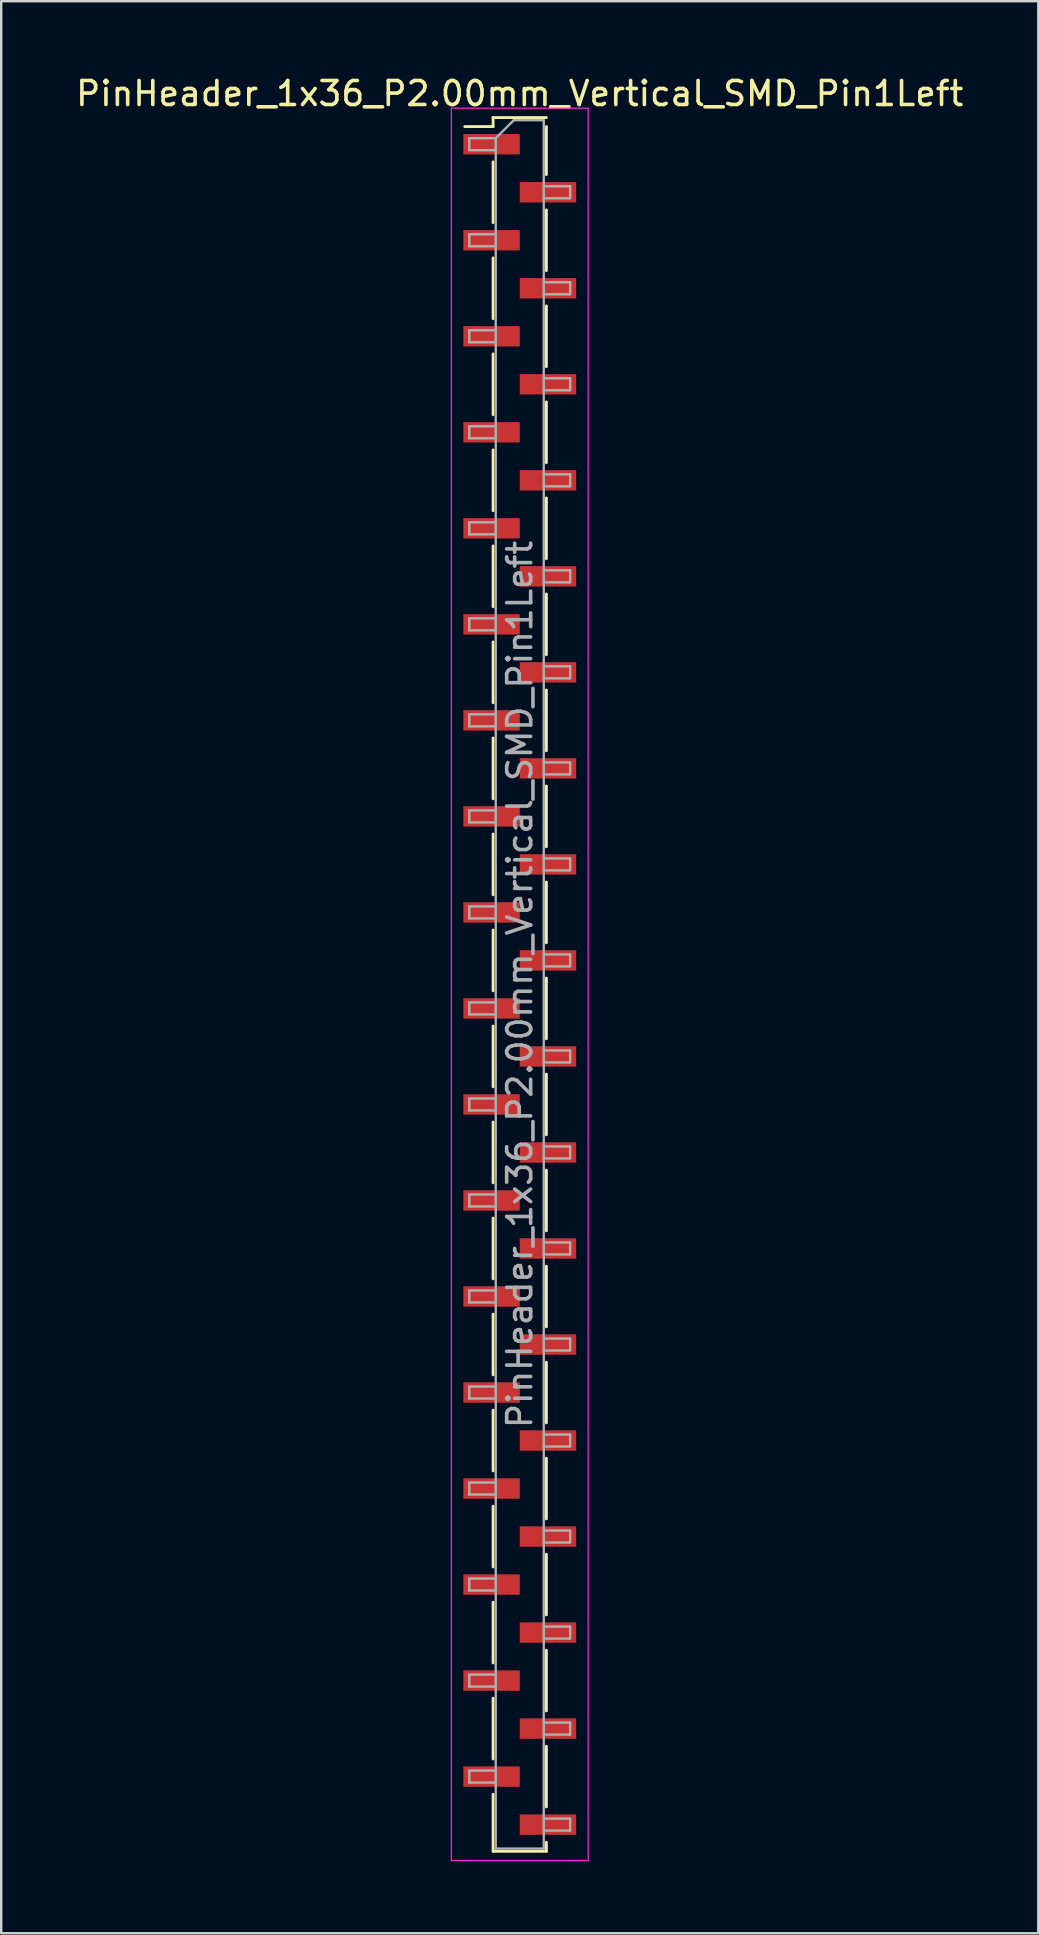
<source format=kicad_pcb>
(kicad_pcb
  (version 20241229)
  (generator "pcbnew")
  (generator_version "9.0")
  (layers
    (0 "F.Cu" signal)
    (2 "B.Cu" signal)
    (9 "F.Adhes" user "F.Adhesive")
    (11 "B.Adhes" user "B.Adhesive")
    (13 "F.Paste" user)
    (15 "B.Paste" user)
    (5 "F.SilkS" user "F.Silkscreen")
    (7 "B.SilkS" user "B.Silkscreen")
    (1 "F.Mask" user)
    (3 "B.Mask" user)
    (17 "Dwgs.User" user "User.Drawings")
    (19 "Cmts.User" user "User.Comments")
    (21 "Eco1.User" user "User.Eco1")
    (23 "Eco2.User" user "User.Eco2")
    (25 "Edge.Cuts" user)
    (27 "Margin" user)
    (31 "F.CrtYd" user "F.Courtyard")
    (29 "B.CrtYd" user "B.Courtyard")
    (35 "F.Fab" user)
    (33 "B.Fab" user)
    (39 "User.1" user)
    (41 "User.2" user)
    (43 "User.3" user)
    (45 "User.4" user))
  (footprint "PinHeader_1x36_P2.00mm_Vertical_SMD_Pin1Left"
    (layer "F.Cu")
    (at 18.601 37.958)
    (property "Reference" "PinHeader_1x36_P2.00mm_Vertical_SMD_Pin1Left" (at 0 -37.11 0) (layer "F.SilkS") (effects (font (size 1 1) (thickness 0.15))))
    (attr smd)
    (fp_line (start -1.11 -36.11) (end -1.11 -35.735) (stroke (width 0.12) (type solid)) (layer "F.SilkS"))
    (fp_line (start -1.11 -36.11) (end 1.11 -36.11) (stroke (width 0.12) (type solid)) (layer "F.SilkS"))
    (fp_line (start -1.11 -35.735) (end -2.29 -35.735) (stroke (width 0.12) (type solid)) (layer "F.SilkS"))
    (fp_line (start -1.11 -34.265) (end -1.11 -31.735) (stroke (width 0.12) (type solid)) (layer "F.SilkS"))
    (fp_line (start -1.11 -30.265) (end -1.11 -27.735) (stroke (width 0.12) (type solid)) (layer "F.SilkS"))
    (fp_line (start -1.11 -26.265) (end -1.11 -23.735) (stroke (width 0.12) (type solid)) (layer "F.SilkS"))
    (fp_line (start -1.11 -22.265) (end -1.11 -19.735) (stroke (width 0.12) (type solid)) (layer "F.SilkS"))
    (fp_line (start -1.11 -18.265) (end -1.11 -15.735) (stroke (width 0.12) (type solid)) (layer "F.SilkS"))
    (fp_line (start -1.11 -14.265) (end -1.11 -11.735) (stroke (width 0.12) (type solid)) (layer "F.SilkS"))
    (fp_line (start -1.11 -10.265) (end -1.11 -7.735) (stroke (width 0.12) (type solid)) (layer "F.SilkS"))
    (fp_line (start -1.11 -6.265) (end -1.11 -3.735) (stroke (width 0.12) (type solid)) (layer "F.SilkS"))
    (fp_line (start -1.11 -2.265) (end -1.11 0.265) (stroke (width 0.12) (type solid)) (layer "F.SilkS"))
    (fp_line (start -1.11 1.735) (end -1.11 4.265) (stroke (width 0.12) (type solid)) (layer "F.SilkS"))
    (fp_line (start -1.11 5.735) (end -1.11 8.265) (stroke (width 0.12) (type solid)) (layer "F.SilkS"))
    (fp_line (start -1.11 9.735) (end -1.11 12.265) (stroke (width 0.12) (type solid)) (layer "F.SilkS"))
    (fp_line (start -1.11 13.735) (end -1.11 16.265) (stroke (width 0.12) (type solid)) (layer "F.SilkS"))
    (fp_line (start -1.11 17.735) (end -1.11 20.265) (stroke (width 0.12) (type solid)) (layer "F.SilkS"))
    (fp_line (start -1.11 21.735) (end -1.11 24.265) (stroke (width 0.12) (type solid)) (layer "F.SilkS"))
    (fp_line (start -1.11 25.735) (end -1.11 28.265) (stroke (width 0.12) (type solid)) (layer "F.SilkS"))
    (fp_line (start -1.11 29.735) (end -1.11 32.265) (stroke (width 0.12) (type solid)) (layer "F.SilkS"))
    (fp_line (start -1.11 33.735) (end -1.11 36.11) (stroke (width 0.12) (type solid)) (layer "F.SilkS"))
    (fp_line (start -1.11 36.11) (end 1.11 36.11) (stroke (width 0.12) (type solid)) (layer "F.SilkS"))
    (fp_line (start 1.11 -35.735) (end 1.11 -33.735) (stroke (width 0.12) (type solid)) (layer "F.SilkS"))
    (fp_line (start 1.11 -32.265) (end 1.11 -29.735) (stroke (width 0.12) (type solid)) (layer "F.SilkS"))
    (fp_line (start 1.11 -28.265) (end 1.11 -25.735) (stroke (width 0.12) (type solid)) (layer "F.SilkS"))
    (fp_line (start 1.11 -24.265) (end 1.11 -21.735) (stroke (width 0.12) (type solid)) (layer "F.SilkS"))
    (fp_line (start 1.11 -20.265) (end 1.11 -17.735) (stroke (width 0.12) (type solid)) (layer "F.SilkS"))
    (fp_line (start 1.11 -16.265) (end 1.11 -13.735) (stroke (width 0.12) (type solid)) (layer "F.SilkS"))
    (fp_line (start 1.11 -12.265) (end 1.11 -9.735) (stroke (width 0.12) (type solid)) (layer "F.SilkS"))
    (fp_line (start 1.11 -8.265) (end 1.11 -5.735) (stroke (width 0.12) (type solid)) (layer "F.SilkS"))
    (fp_line (start 1.11 -4.265) (end 1.11 -1.735) (stroke (width 0.12) (type solid)) (layer "F.SilkS"))
    (fp_line (start 1.11 -0.265) (end 1.11 2.265) (stroke (width 0.12) (type solid)) (layer "F.SilkS"))
    (fp_line (start 1.11 3.735) (end 1.11 6.265) (stroke (width 0.12) (type solid)) (layer "F.SilkS"))
    (fp_line (start 1.11 7.735) (end 1.11 10.265) (stroke (width 0.12) (type solid)) (layer "F.SilkS"))
    (fp_line (start 1.11 11.735) (end 1.11 14.265) (stroke (width 0.12) (type solid)) (layer "F.SilkS"))
    (fp_line (start 1.11 15.735) (end 1.11 18.265) (stroke (width 0.12) (type solid)) (layer "F.SilkS"))
    (fp_line (start 1.11 19.735) (end 1.11 22.265) (stroke (width 0.12) (type solid)) (layer "F.SilkS"))
    (fp_line (start 1.11 23.735) (end 1.11 26.265) (stroke (width 0.12) (type solid)) (layer "F.SilkS"))
    (fp_line (start 1.11 27.735) (end 1.11 30.265) (stroke (width 0.12) (type solid)) (layer "F.SilkS"))
    (fp_line (start 1.11 31.735) (end 1.11 34.265) (stroke (width 0.12) (type solid)) (layer "F.SilkS"))
    (fp_line (start 1.11 35.735) (end 1.11 36.11) (stroke (width 0.12) (type solid)) (layer "F.SilkS"))
    (fp_line (start -2.85 -36.5) (end -2.85 36.5) (stroke (width 0.05) (type solid)) (layer "F.CrtYd"))
    (fp_line (start -2.85 36.5) (end 2.85 36.5) (stroke (width 0.05) (type solid)) (layer "F.CrtYd"))
    (fp_line (start 2.85 -36.5) (end -2.85 -36.5) (stroke (width 0.05) (type solid)) (layer "F.CrtYd"))
    (fp_line (start 2.85 36.5) (end 2.85 -36.5) (stroke (width 0.05) (type solid)) (layer "F.CrtYd"))
    (fp_line (start -2.1 -35.25) (end -2.1 -34.75) (stroke (width 0.1) (type solid)) (layer "F.Fab"))
    (fp_line (start -2.1 -34.75) (end -1 -34.75) (stroke (width 0.1) (type solid)) (layer "F.Fab"))
    (fp_line (start -2.1 -31.25) (end -2.1 -30.75) (stroke (width 0.1) (type solid)) (layer "F.Fab"))
    (fp_line (start -2.1 -30.75) (end -1 -30.75) (stroke (width 0.1) (type solid)) (layer "F.Fab"))
    (fp_line (start -2.1 -27.25) (end -2.1 -26.75) (stroke (width 0.1) (type solid)) (layer "F.Fab"))
    (fp_line (start -2.1 -26.75) (end -1 -26.75) (stroke (width 0.1) (type solid)) (layer "F.Fab"))
    (fp_line (start -2.1 -23.25) (end -2.1 -22.75) (stroke (width 0.1) (type solid)) (layer "F.Fab"))
    (fp_line (start -2.1 -22.75) (end -1 -22.75) (stroke (width 0.1) (type solid)) (layer "F.Fab"))
    (fp_line (start -2.1 -19.25) (end -2.1 -18.75) (stroke (width 0.1) (type solid)) (layer "F.Fab"))
    (fp_line (start -2.1 -18.75) (end -1 -18.75) (stroke (width 0.1) (type solid)) (layer "F.Fab"))
    (fp_line (start -2.1 -15.25) (end -2.1 -14.75) (stroke (width 0.1) (type solid)) (layer "F.Fab"))
    (fp_line (start -2.1 -14.75) (end -1 -14.75) (stroke (width 0.1) (type solid)) (layer "F.Fab"))
    (fp_line (start -2.1 -11.25) (end -2.1 -10.75) (stroke (width 0.1) (type solid)) (layer "F.Fab"))
    (fp_line (start -2.1 -10.75) (end -1 -10.75) (stroke (width 0.1) (type solid)) (layer "F.Fab"))
    (fp_line (start -2.1 -7.25) (end -2.1 -6.75) (stroke (width 0.1) (type solid)) (layer "F.Fab"))
    (fp_line (start -2.1 -6.75) (end -1 -6.75) (stroke (width 0.1) (type solid)) (layer "F.Fab"))
    (fp_line (start -2.1 -3.25) (end -2.1 -2.75) (stroke (width 0.1) (type solid)) (layer "F.Fab"))
    (fp_line (start -2.1 -2.75) (end -1 -2.75) (stroke (width 0.1) (type solid)) (layer "F.Fab"))
    (fp_line (start -2.1 0.75) (end -2.1 1.25) (stroke (width 0.1) (type solid)) (layer "F.Fab"))
    (fp_line (start -2.1 1.25) (end -1 1.25) (stroke (width 0.1) (type solid)) (layer "F.Fab"))
    (fp_line (start -2.1 4.75) (end -2.1 5.25) (stroke (width 0.1) (type solid)) (layer "F.Fab"))
    (fp_line (start -2.1 5.25) (end -1 5.25) (stroke (width 0.1) (type solid)) (layer "F.Fab"))
    (fp_line (start -2.1 8.75) (end -2.1 9.25) (stroke (width 0.1) (type solid)) (layer "F.Fab"))
    (fp_line (start -2.1 9.25) (end -1 9.25) (stroke (width 0.1) (type solid)) (layer "F.Fab"))
    (fp_line (start -2.1 12.75) (end -2.1 13.25) (stroke (width 0.1) (type solid)) (layer "F.Fab"))
    (fp_line (start -2.1 13.25) (end -1 13.25) (stroke (width 0.1) (type solid)) (layer "F.Fab"))
    (fp_line (start -2.1 16.75) (end -2.1 17.25) (stroke (width 0.1) (type solid)) (layer "F.Fab"))
    (fp_line (start -2.1 17.25) (end -1 17.25) (stroke (width 0.1) (type solid)) (layer "F.Fab"))
    (fp_line (start -2.1 20.75) (end -2.1 21.25) (stroke (width 0.1) (type solid)) (layer "F.Fab"))
    (fp_line (start -2.1 21.25) (end -1 21.25) (stroke (width 0.1) (type solid)) (layer "F.Fab"))
    (fp_line (start -2.1 24.75) (end -2.1 25.25) (stroke (width 0.1) (type solid)) (layer "F.Fab"))
    (fp_line (start -2.1 25.25) (end -1 25.25) (stroke (width 0.1) (type solid)) (layer "F.Fab"))
    (fp_line (start -2.1 28.75) (end -2.1 29.25) (stroke (width 0.1) (type solid)) (layer "F.Fab"))
    (fp_line (start -2.1 29.25) (end -1 29.25) (stroke (width 0.1) (type solid)) (layer "F.Fab"))
    (fp_line (start -2.1 32.75) (end -2.1 33.25) (stroke (width 0.1) (type solid)) (layer "F.Fab"))
    (fp_line (start -2.1 33.25) (end -1 33.25) (stroke (width 0.1) (type solid)) (layer "F.Fab"))
    (fp_line (start -1 -35.25) (end -2.1 -35.25) (stroke (width 0.1) (type solid)) (layer "F.Fab"))
    (fp_line (start -1 -35.25) (end -0.25 -36) (stroke (width 0.1) (type solid)) (layer "F.Fab"))
    (fp_line (start -1 -31.25) (end -2.1 -31.25) (stroke (width 0.1) (type solid)) (layer "F.Fab"))
    (fp_line (start -1 -27.25) (end -2.1 -27.25) (stroke (width 0.1) (type solid)) (layer "F.Fab"))
    (fp_line (start -1 -23.25) (end -2.1 -23.25) (stroke (width 0.1) (type solid)) (layer "F.Fab"))
    (fp_line (start -1 -19.25) (end -2.1 -19.25) (stroke (width 0.1) (type solid)) (layer "F.Fab"))
    (fp_line (start -1 -15.25) (end -2.1 -15.25) (stroke (width 0.1) (type solid)) (layer "F.Fab"))
    (fp_line (start -1 -11.25) (end -2.1 -11.25) (stroke (width 0.1) (type solid)) (layer "F.Fab"))
    (fp_line (start -1 -7.25) (end -2.1 -7.25) (stroke (width 0.1) (type solid)) (layer "F.Fab"))
    (fp_line (start -1 -3.25) (end -2.1 -3.25) (stroke (width 0.1) (type solid)) (layer "F.Fab"))
    (fp_line (start -1 0.75) (end -2.1 0.75) (stroke (width 0.1) (type solid)) (layer "F.Fab"))
    (fp_line (start -1 4.75) (end -2.1 4.75) (stroke (width 0.1) (type solid)) (layer "F.Fab"))
    (fp_line (start -1 8.75) (end -2.1 8.75) (stroke (width 0.1) (type solid)) (layer "F.Fab"))
    (fp_line (start -1 12.75) (end -2.1 12.75) (stroke (width 0.1) (type solid)) (layer "F.Fab"))
    (fp_line (start -1 16.75) (end -2.1 16.75) (stroke (width 0.1) (type solid)) (layer "F.Fab"))
    (fp_line (start -1 20.75) (end -2.1 20.75) (stroke (width 0.1) (type solid)) (layer "F.Fab"))
    (fp_line (start -1 24.75) (end -2.1 24.75) (stroke (width 0.1) (type solid)) (layer "F.Fab"))
    (fp_line (start -1 28.75) (end -2.1 28.75) (stroke (width 0.1) (type solid)) (layer "F.Fab"))
    (fp_line (start -1 32.75) (end -2.1 32.75) (stroke (width 0.1) (type solid)) (layer "F.Fab"))
    (fp_line (start -1 36) (end -1 -35.25) (stroke (width 0.1) (type solid)) (layer "F.Fab"))
    (fp_line (start -0.25 -36) (end 1 -36) (stroke (width 0.1) (type solid)) (layer "F.Fab"))
    (fp_line (start 1 -36) (end 1 36) (stroke (width 0.1) (type solid)) (layer "F.Fab"))
    (fp_line (start 1 -33.25) (end 2.1 -33.25) (stroke (width 0.1) (type solid)) (layer "F.Fab"))
    (fp_line (start 1 -29.25) (end 2.1 -29.25) (stroke (width 0.1) (type solid)) (layer "F.Fab"))
    (fp_line (start 1 -25.25) (end 2.1 -25.25) (stroke (width 0.1) (type solid)) (layer "F.Fab"))
    (fp_line (start 1 -21.25) (end 2.1 -21.25) (stroke (width 0.1) (type solid)) (layer "F.Fab"))
    (fp_line (start 1 -17.25) (end 2.1 -17.25) (stroke (width 0.1) (type solid)) (layer "F.Fab"))
    (fp_line (start 1 -13.25) (end 2.1 -13.25) (stroke (width 0.1) (type solid)) (layer "F.Fab"))
    (fp_line (start 1 -9.25) (end 2.1 -9.25) (stroke (width 0.1) (type solid)) (layer "F.Fab"))
    (fp_line (start 1 -5.25) (end 2.1 -5.25) (stroke (width 0.1) (type solid)) (layer "F.Fab"))
    (fp_line (start 1 -1.25) (end 2.1 -1.25) (stroke (width 0.1) (type solid)) (layer "F.Fab"))
    (fp_line (start 1 2.75) (end 2.1 2.75) (stroke (width 0.1) (type solid)) (layer "F.Fab"))
    (fp_line (start 1 6.75) (end 2.1 6.75) (stroke (width 0.1) (type solid)) (layer "F.Fab"))
    (fp_line (start 1 10.75) (end 2.1 10.75) (stroke (width 0.1) (type solid)) (layer "F.Fab"))
    (fp_line (start 1 14.75) (end 2.1 14.75) (stroke (width 0.1) (type solid)) (layer "F.Fab"))
    (fp_line (start 1 18.75) (end 2.1 18.75) (stroke (width 0.1) (type solid)) (layer "F.Fab"))
    (fp_line (start 1 22.75) (end 2.1 22.75) (stroke (width 0.1) (type solid)) (layer "F.Fab"))
    (fp_line (start 1 26.75) (end 2.1 26.75) (stroke (width 0.1) (type solid)) (layer "F.Fab"))
    (fp_line (start 1 30.75) (end 2.1 30.75) (stroke (width 0.1) (type solid)) (layer "F.Fab"))
    (fp_line (start 1 34.75) (end 2.1 34.75) (stroke (width 0.1) (type solid)) (layer "F.Fab"))
    (fp_line (start 1 36) (end -1 36) (stroke (width 0.1) (type solid)) (layer "F.Fab"))
    (fp_line (start 2.1 -33.25) (end 2.1 -32.75) (stroke (width 0.1) (type solid)) (layer "F.Fab"))
    (fp_line (start 2.1 -32.75) (end 1 -32.75) (stroke (width 0.1) (type solid)) (layer "F.Fab"))
    (fp_line (start 2.1 -29.25) (end 2.1 -28.75) (stroke (width 0.1) (type solid)) (layer "F.Fab"))
    (fp_line (start 2.1 -28.75) (end 1 -28.75) (stroke (width 0.1) (type solid)) (layer "F.Fab"))
    (fp_line (start 2.1 -25.25) (end 2.1 -24.75) (stroke (width 0.1) (type solid)) (layer "F.Fab"))
    (fp_line (start 2.1 -24.75) (end 1 -24.75) (stroke (width 0.1) (type solid)) (layer "F.Fab"))
    (fp_line (start 2.1 -21.25) (end 2.1 -20.75) (stroke (width 0.1) (type solid)) (layer "F.Fab"))
    (fp_line (start 2.1 -20.75) (end 1 -20.75) (stroke (width 0.1) (type solid)) (layer "F.Fab"))
    (fp_line (start 2.1 -17.25) (end 2.1 -16.75) (stroke (width 0.1) (type solid)) (layer "F.Fab"))
    (fp_line (start 2.1 -16.75) (end 1 -16.75) (stroke (width 0.1) (type solid)) (layer "F.Fab"))
    (fp_line (start 2.1 -13.25) (end 2.1 -12.75) (stroke (width 0.1) (type solid)) (layer "F.Fab"))
    (fp_line (start 2.1 -12.75) (end 1 -12.75) (stroke (width 0.1) (type solid)) (layer "F.Fab"))
    (fp_line (start 2.1 -9.25) (end 2.1 -8.75) (stroke (width 0.1) (type solid)) (layer "F.Fab"))
    (fp_line (start 2.1 -8.75) (end 1 -8.75) (stroke (width 0.1) (type solid)) (layer "F.Fab"))
    (fp_line (start 2.1 -5.25) (end 2.1 -4.75) (stroke (width 0.1) (type solid)) (layer "F.Fab"))
    (fp_line (start 2.1 -4.75) (end 1 -4.75) (stroke (width 0.1) (type solid)) (layer "F.Fab"))
    (fp_line (start 2.1 -1.25) (end 2.1 -0.75) (stroke (width 0.1) (type solid)) (layer "F.Fab"))
    (fp_line (start 2.1 -0.75) (end 1 -0.75) (stroke (width 0.1) (type solid)) (layer "F.Fab"))
    (fp_line (start 2.1 2.75) (end 2.1 3.25) (stroke (width 0.1) (type solid)) (layer "F.Fab"))
    (fp_line (start 2.1 3.25) (end 1 3.25) (stroke (width 0.1) (type solid)) (layer "F.Fab"))
    (fp_line (start 2.1 6.75) (end 2.1 7.25) (stroke (width 0.1) (type solid)) (layer "F.Fab"))
    (fp_line (start 2.1 7.25) (end 1 7.25) (stroke (width 0.1) (type solid)) (layer "F.Fab"))
    (fp_line (start 2.1 10.75) (end 2.1 11.25) (stroke (width 0.1) (type solid)) (layer "F.Fab"))
    (fp_line (start 2.1 11.25) (end 1 11.25) (stroke (width 0.1) (type solid)) (layer "F.Fab"))
    (fp_line (start 2.1 14.75) (end 2.1 15.25) (stroke (width 0.1) (type solid)) (layer "F.Fab"))
    (fp_line (start 2.1 15.25) (end 1 15.25) (stroke (width 0.1) (type solid)) (layer "F.Fab"))
    (fp_line (start 2.1 18.75) (end 2.1 19.25) (stroke (width 0.1) (type solid)) (layer "F.Fab"))
    (fp_line (start 2.1 19.25) (end 1 19.25) (stroke (width 0.1) (type solid)) (layer "F.Fab"))
    (fp_line (start 2.1 22.75) (end 2.1 23.25) (stroke (width 0.1) (type solid)) (layer "F.Fab"))
    (fp_line (start 2.1 23.25) (end 1 23.25) (stroke (width 0.1) (type solid)) (layer "F.Fab"))
    (fp_line (start 2.1 26.75) (end 2.1 27.25) (stroke (width 0.1) (type solid)) (layer "F.Fab"))
    (fp_line (start 2.1 27.25) (end 1 27.25) (stroke (width 0.1) (type solid)) (layer "F.Fab"))
    (fp_line (start 2.1 30.75) (end 2.1 31.25) (stroke (width 0.1) (type solid)) (layer "F.Fab"))
    (fp_line (start 2.1 31.25) (end 1 31.25) (stroke (width 0.1) (type solid)) (layer "F.Fab"))
    (fp_line (start 2.1 34.75) (end 2.1 35.25) (stroke (width 0.1) (type solid)) (layer "F.Fab"))
    (fp_line (start 2.1 35.25) (end 1 35.25) (stroke (width 0.1) (type solid)) (layer "F.Fab"))
    (fp_text user "${REFERENCE}" (at 0 0 90) (layer "F.Fab") (effects (font (size 1 1) (thickness 0.15))))
    (pad "1" smd rect (at -1.175 -35) (size 2.35 0.85) (layers "F.Cu" "F.Mask" "F.Paste"))
    (pad "2" smd rect (at 1.175 -33) (size 2.35 0.85) (layers "F.Cu" "F.Mask" "F.Paste"))
    (pad "3" smd rect (at -1.175 -31) (size 2.35 0.85) (layers "F.Cu" "F.Mask" "F.Paste"))
    (pad "4" smd rect (at 1.175 -29) (size 2.35 0.85) (layers "F.Cu" "F.Mask" "F.Paste"))
    (pad "5" smd rect (at -1.175 -27) (size 2.35 0.85) (layers "F.Cu" "F.Mask" "F.Paste"))
    (pad "6" smd rect (at 1.175 -25) (size 2.35 0.85) (layers "F.Cu" "F.Mask" "F.Paste"))
    (pad "7" smd rect (at -1.175 -23) (size 2.35 0.85) (layers "F.Cu" "F.Mask" "F.Paste"))
    (pad "8" smd rect (at 1.175 -21) (size 2.35 0.85) (layers "F.Cu" "F.Mask" "F.Paste"))
    (pad "9" smd rect (at -1.175 -19) (size 2.35 0.85) (layers "F.Cu" "F.Mask" "F.Paste"))
    (pad "10" smd rect (at 1.175 -17) (size 2.35 0.85) (layers "F.Cu" "F.Mask" "F.Paste"))
    (pad "11" smd rect (at -1.175 -15) (size 2.35 0.85) (layers "F.Cu" "F.Mask" "F.Paste"))
    (pad "12" smd rect (at 1.175 -13) (size 2.35 0.85) (layers "F.Cu" "F.Mask" "F.Paste"))
    (pad "13" smd rect (at -1.175 -11) (size 2.35 0.85) (layers "F.Cu" "F.Mask" "F.Paste"))
    (pad "14" smd rect (at 1.175 -9) (size 2.35 0.85) (layers "F.Cu" "F.Mask" "F.Paste"))
    (pad "15" smd rect (at -1.175 -7) (size 2.35 0.85) (layers "F.Cu" "F.Mask" "F.Paste"))
    (pad "16" smd rect (at 1.175 -5) (size 2.35 0.85) (layers "F.Cu" "F.Mask" "F.Paste"))
    (pad "17" smd rect (at -1.175 -3) (size 2.35 0.85) (layers "F.Cu" "F.Mask" "F.Paste"))
    (pad "18" smd rect (at 1.175 -1) (size 2.35 0.85) (layers "F.Cu" "F.Mask" "F.Paste"))
    (pad "19" smd rect (at -1.175 1) (size 2.35 0.85) (layers "F.Cu" "F.Mask" "F.Paste"))
    (pad "20" smd rect (at 1.175 3) (size 2.35 0.85) (layers "F.Cu" "F.Mask" "F.Paste"))
    (pad "21" smd rect (at -1.175 5) (size 2.35 0.85) (layers "F.Cu" "F.Mask" "F.Paste"))
    (pad "22" smd rect (at 1.175 7) (size 2.35 0.85) (layers "F.Cu" "F.Mask" "F.Paste"))
    (pad "23" smd rect (at -1.175 9) (size 2.35 0.85) (layers "F.Cu" "F.Mask" "F.Paste"))
    (pad "24" smd rect (at 1.175 11) (size 2.35 0.85) (layers "F.Cu" "F.Mask" "F.Paste"))
    (pad "25" smd rect (at -1.175 13) (size 2.35 0.85) (layers "F.Cu" "F.Mask" "F.Paste"))
    (pad "26" smd rect (at 1.175 15) (size 2.35 0.85) (layers "F.Cu" "F.Mask" "F.Paste"))
    (pad "27" smd rect (at -1.175 17) (size 2.35 0.85) (layers "F.Cu" "F.Mask" "F.Paste"))
    (pad "28" smd rect (at 1.175 19) (size 2.35 0.85) (layers "F.Cu" "F.Mask" "F.Paste"))
    (pad "29" smd rect (at -1.175 21) (size 2.35 0.85) (layers "F.Cu" "F.Mask" "F.Paste"))
    (pad "30" smd rect (at 1.175 23) (size 2.35 0.85) (layers "F.Cu" "F.Mask" "F.Paste"))
    (pad "31" smd rect (at -1.175 25) (size 2.35 0.85) (layers "F.Cu" "F.Mask" "F.Paste"))
    (pad "32" smd rect (at 1.175 27) (size 2.35 0.85) (layers "F.Cu" "F.Mask" "F.Paste"))
    (pad "33" smd rect (at -1.175 29) (size 2.35 0.85) (layers "F.Cu" "F.Mask" "F.Paste"))
    (pad "34" smd rect (at 1.175 31) (size 2.35 0.85) (layers "F.Cu" "F.Mask" "F.Paste"))
    (pad "35" smd rect (at -1.175 33) (size 2.35 0.85) (layers "F.Cu" "F.Mask" "F.Paste"))
    (pad "36" smd rect (at 1.175 35) (size 2.35 0.85) (layers "F.Cu" "F.Mask" "F.Paste")))
  (gr_rect
    (start -3 -3)
    (end 40.202 77.483)
    (stroke (width 0.1) (type default))
    (fill no)
    (layer "Edge.Cuts")))
</source>
